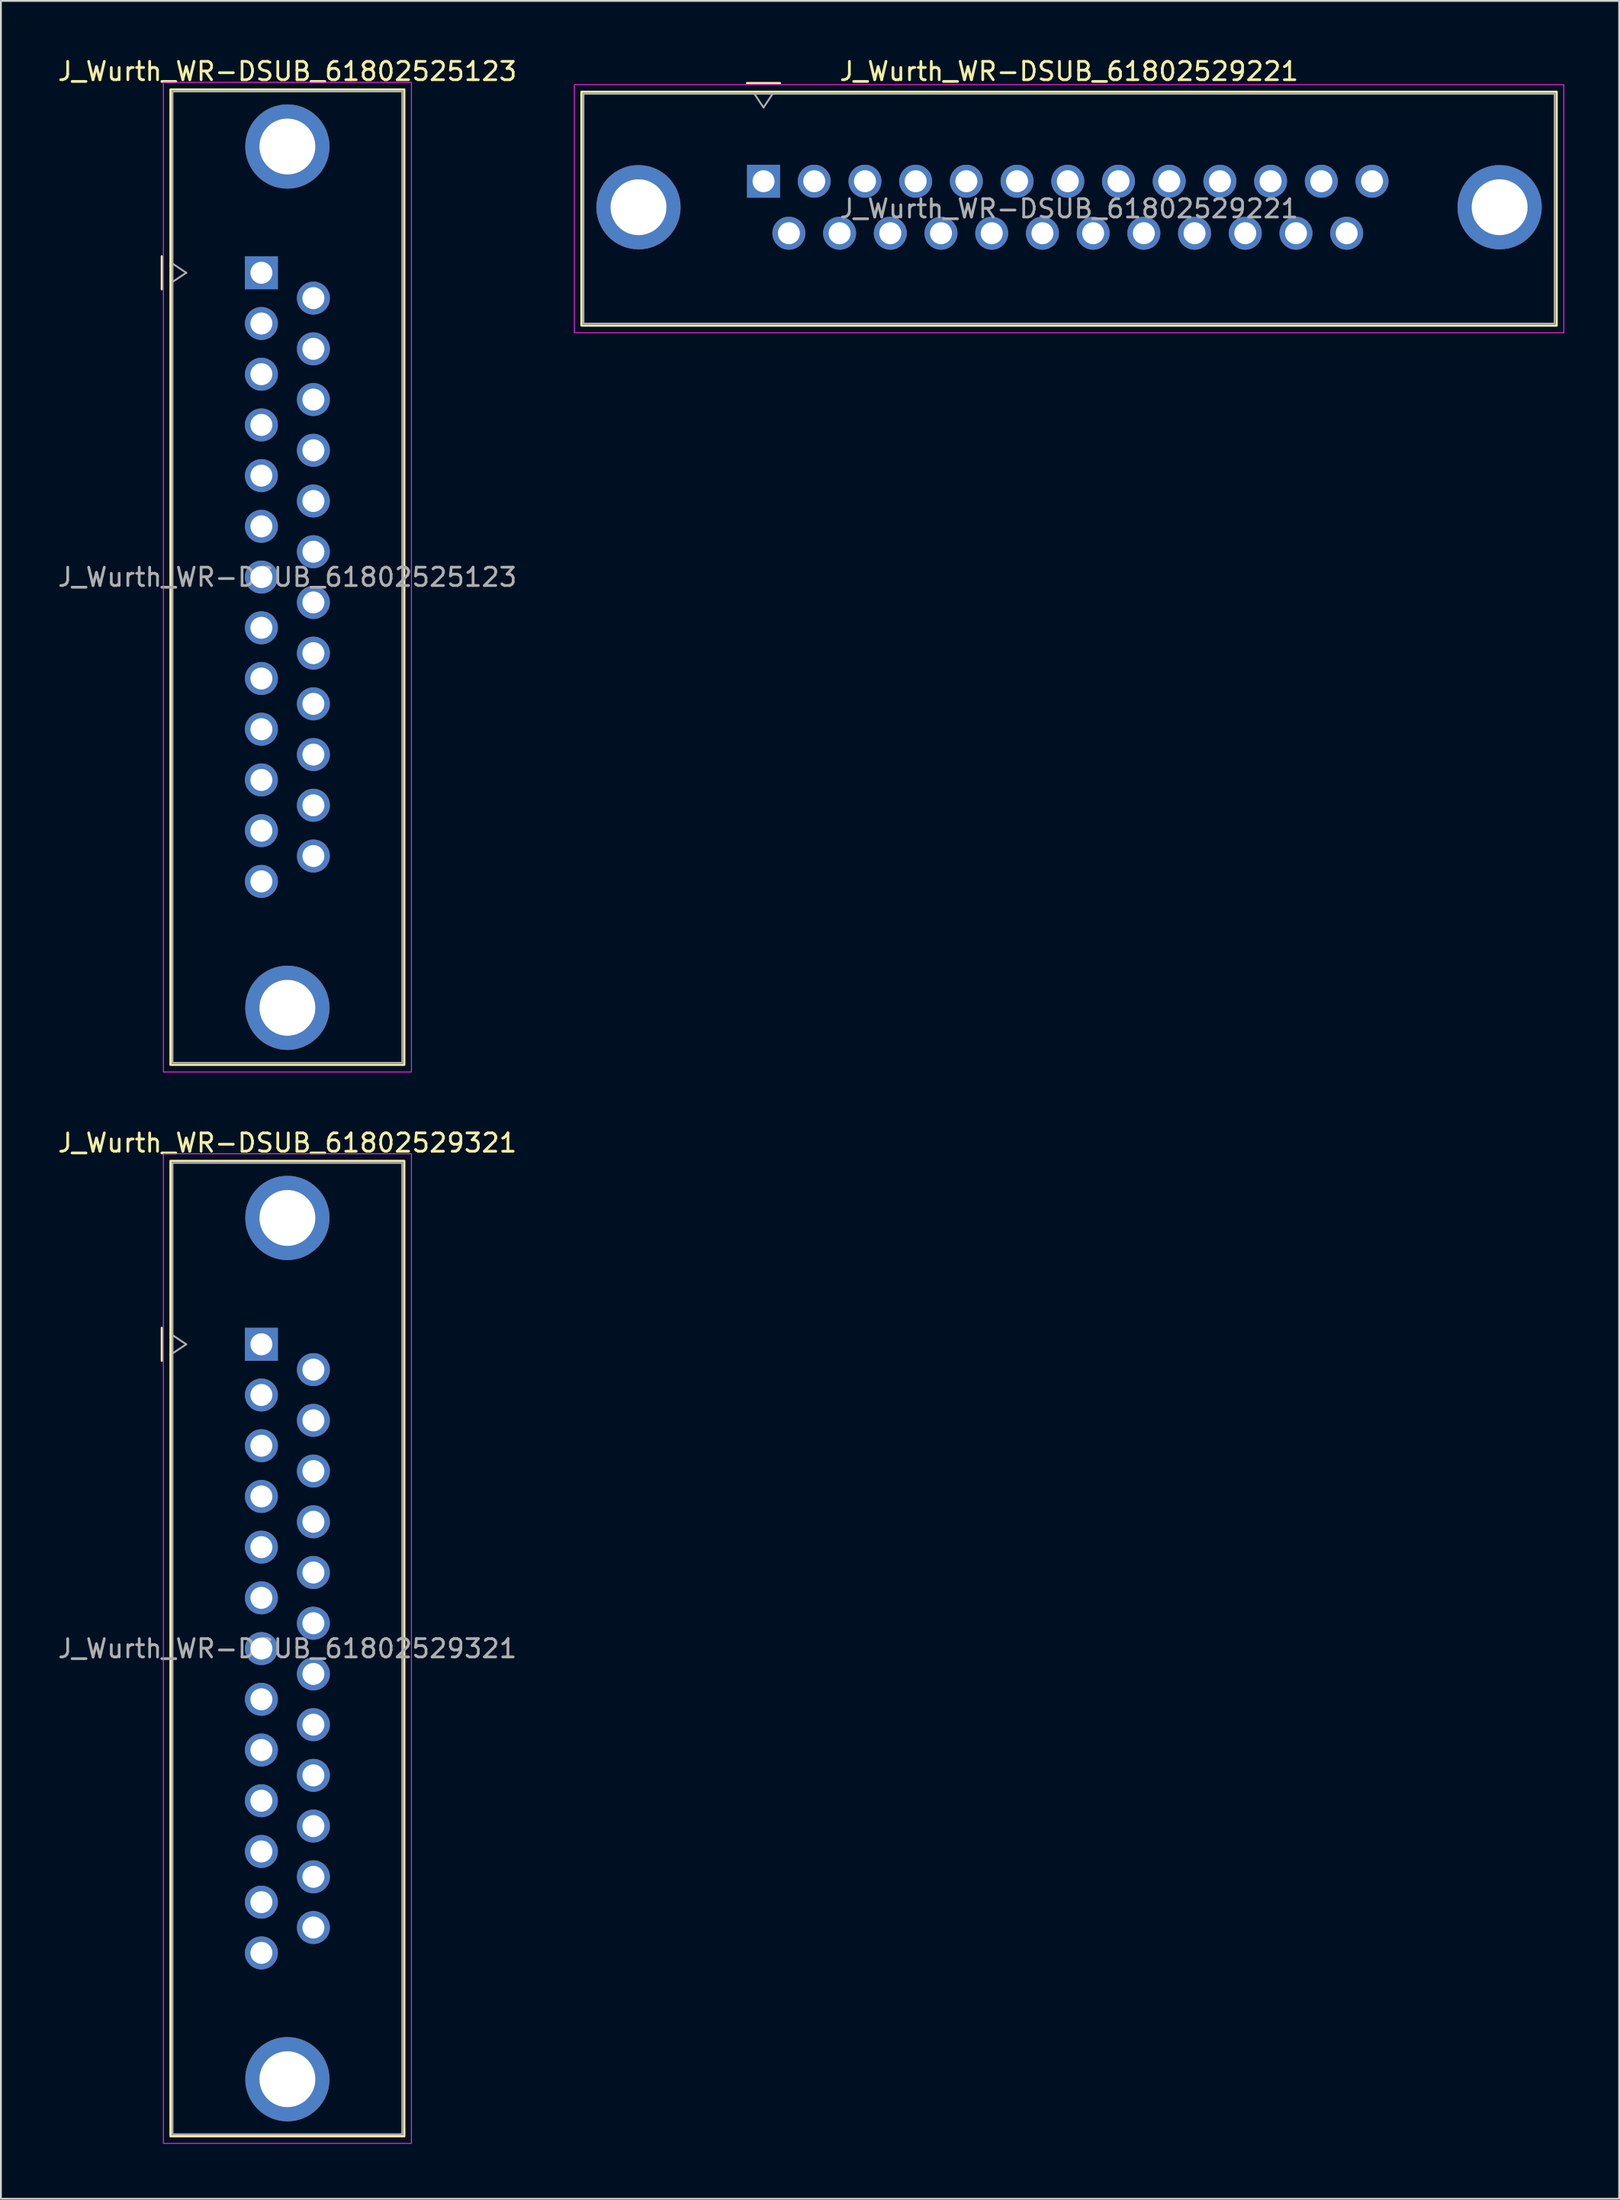
<source format=kicad_pcb>
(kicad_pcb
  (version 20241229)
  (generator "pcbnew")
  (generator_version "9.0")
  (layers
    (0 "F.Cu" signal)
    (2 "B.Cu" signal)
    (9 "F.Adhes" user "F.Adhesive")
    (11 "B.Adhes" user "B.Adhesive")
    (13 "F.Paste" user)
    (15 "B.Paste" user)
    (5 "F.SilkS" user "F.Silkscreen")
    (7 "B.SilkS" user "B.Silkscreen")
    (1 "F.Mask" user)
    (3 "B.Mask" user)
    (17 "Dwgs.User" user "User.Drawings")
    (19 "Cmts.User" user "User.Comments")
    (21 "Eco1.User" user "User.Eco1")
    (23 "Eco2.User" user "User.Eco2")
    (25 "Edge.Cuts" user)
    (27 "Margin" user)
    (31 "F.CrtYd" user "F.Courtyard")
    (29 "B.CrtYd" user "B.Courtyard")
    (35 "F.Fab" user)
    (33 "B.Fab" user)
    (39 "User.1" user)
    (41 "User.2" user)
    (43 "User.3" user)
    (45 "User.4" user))
  (footprint "J_Wurth_WR-DSUB_61802529221"
    (layer "F.Cu")
    (at 38.658 6.848)
    (property "Reference" "J_Wurth_WR-DSUB_61802529221" (at 16.69 -6 0) (unlocked yes) (layer "F.SilkS") (effects (font (size 1 1) (thickness 0.15))))
    (attr smd)
    (fp_line (start 0.9 -5.36) (end -0.9 -5.36) (stroke (width 0.12) (type solid)) (layer "F.SilkS"))
    (fp_rect (start -9.945 -4.885) (end 43.325 7.885) (stroke (width 0.12) (type solid)) (fill no) (layer "F.SilkS"))
    (fp_rect (start -10.335 -5.275) (end 43.715 8.275) (stroke (width 0.05) (type default)) (fill no) (layer "F.CrtYd"))
    (fp_line (start 0 -4.025) (end -0.5 -4.775) (stroke (width 0.1) (type solid)) (layer "F.Fab"))
    (fp_line (start 0 -4.025) (end 0.5 -4.775) (stroke (width 0.1) (type solid)) (layer "F.Fab"))
    (fp_rect (start -9.835 -4.775) (end 43.215 7.775) (stroke (width 0.1) (type solid)) (fill no) (layer "F.Fab"))
    (fp_text user "${REFERENCE}" (at 16.69 1.5 0) (unlocked yes) (layer "F.Fab") (effects (font (size 1 1) (thickness 0.15))))
    (pad "1" thru_hole rect (at 0 0) (size 1.8 1.8) (drill 1.2) (layers "*.Cu" "*.Mask"))
    (pad "2" thru_hole circle (at 2.77 0) (size 1.8 1.8) (drill 1.2) (layers "*.Cu" "*.Mask"))
    (pad "3" thru_hole circle (at 5.54 0) (size 1.8 1.8) (drill 1.2) (layers "*.Cu" "*.Mask"))
    (pad "4" thru_hole circle (at 8.31 0) (size 1.8 1.8) (drill 1.2) (layers "*.Cu" "*.Mask"))
    (pad "5" thru_hole circle (at 11.08 0) (size 1.8 1.8) (drill 1.2) (layers "*.Cu" "*.Mask"))
    (pad "6" thru_hole circle (at 13.85 0) (size 1.8 1.8) (drill 1.2) (layers "*.Cu" "*.Mask"))
    (pad "7" thru_hole circle (at 16.62 0) (size 1.8 1.8) (drill 1.2) (layers "*.Cu" "*.Mask"))
    (pad "8" thru_hole circle (at 19.39 0) (size 1.8 1.8) (drill 1.2) (layers "*.Cu" "*.Mask"))
    (pad "9" thru_hole circle (at 22.16 0) (size 1.8 1.8) (drill 1.2) (layers "*.Cu" "*.Mask"))
    (pad "10" thru_hole circle (at 24.93 0) (size 1.8 1.8) (drill 1.2) (layers "*.Cu" "*.Mask"))
    (pad "11" thru_hole circle (at 27.7 0) (size 1.8 1.8) (drill 1.2) (layers "*.Cu" "*.Mask"))
    (pad "12" thru_hole circle (at 30.47 0) (size 1.8 1.8) (drill 1.2) (layers "*.Cu" "*.Mask"))
    (pad "13" thru_hole circle (at 33.24 0) (size 1.8 1.8) (drill 1.2) (layers "*.Cu" "*.Mask"))
    (pad "14" thru_hole circle (at 1.385 2.84) (size 1.8 1.8) (drill 1.2) (layers "*.Cu" "*.Mask"))
    (pad "15" thru_hole circle (at 4.155 2.84) (size 1.8 1.8) (drill 1.2) (layers "*.Cu" "*.Mask"))
    (pad "16" thru_hole circle (at 6.925 2.84) (size 1.8 1.8) (drill 1.2) (layers "*.Cu" "*.Mask"))
    (pad "17" thru_hole circle (at 9.695 2.84) (size 1.8 1.8) (drill 1.2) (layers "*.Cu" "*.Mask"))
    (pad "18" thru_hole circle (at 12.465 2.84) (size 1.8 1.8) (drill 1.2) (layers "*.Cu" "*.Mask"))
    (pad "19" thru_hole circle (at 15.235 2.84) (size 1.8 1.8) (drill 1.2) (layers "*.Cu" "*.Mask"))
    (pad "20" thru_hole circle (at 18.005 2.84) (size 1.8 1.8) (drill 1.2) (layers "*.Cu" "*.Mask"))
    (pad "21" thru_hole circle (at 20.775 2.84) (size 1.8 1.8) (drill 1.2) (layers "*.Cu" "*.Mask"))
    (pad "22" thru_hole circle (at 23.545 2.84) (size 1.8 1.8) (drill 1.2) (layers "*.Cu" "*.Mask"))
    (pad "23" thru_hole circle (at 26.315 2.84) (size 1.8 1.8) (drill 1.2) (layers "*.Cu" "*.Mask"))
    (pad "24" thru_hole circle (at 29.085 2.84) (size 1.8 1.8) (drill 1.2) (layers "*.Cu" "*.Mask"))
    (pad "25" thru_hole circle (at 31.855 2.84) (size 1.8 1.8) (drill 1.2) (layers "*.Cu" "*.Mask"))
    (pad "S1" thru_hole circle (at -6.83 1.42) (size 4.6 4.6) (drill 3.05) (layers "*.Cu" "*.Mask"))
    (pad "S2" thru_hole circle (at 40.21 1.42) (size 4.6 4.6) (drill 3.05) (layers "*.Cu" "*.Mask")))
  (footprint "J_Wurth_WR-DSUB_61802525123"
    (layer "F.Cu")
    (at 11.229 11.848)
    (property "Reference" "J_Wurth_WR-DSUB_61802525123" (at 1.42 -11 0) (unlocked yes) (layer "F.SilkS") (effects (font (size 1 1) (thickness 0.15))))
    (attr through_hole)
    (fp_line (start -5.44 0.9) (end -5.44 -0.9) (stroke (width 0.12) (type solid)) (layer "F.SilkS"))
    (fp_rect (start -4.965 -10.01) (end 7.805 43.26) (stroke (width 0.12) (type solid)) (fill no) (layer "F.SilkS"))
    (fp_rect (start -5.355 -10.4) (end 8.195 43.65) (stroke (width 0.05) (type solid)) (fill no) (layer "F.CrtYd"))
    (fp_line (start -4.105 0) (end -4.855 -0.5) (stroke (width 0.1) (type solid)) (layer "F.Fab"))
    (fp_line (start -4.105 0) (end -4.855 0.5) (stroke (width 0.1) (type solid)) (layer "F.Fab"))
    (fp_rect (start -4.855 -9.9) (end 7.695 43.15) (stroke (width 0.1) (type solid)) (fill no) (layer "F.Fab"))
    (fp_text user "${REFERENCE}" (at 1.42 16.625 0) (unlocked yes) (layer "F.Fab") (effects (font (size 1 1) (thickness 0.15))))
    (pad "1" thru_hole rect (at 0 0 90) (size 1.8 1.8) (drill 1.2) (layers "*.Cu" "*.Mask"))
    (pad "2" thru_hole circle (at 0 2.77 90) (size 1.8 1.8) (drill 1.2) (layers "*.Cu" "*.Mask"))
    (pad "3" thru_hole circle (at 0 5.54 90) (size 1.8 1.8) (drill 1.2) (layers "*.Cu" "*.Mask"))
    (pad "4" thru_hole circle (at 0 8.31 90) (size 1.8 1.8) (drill 1.2) (layers "*.Cu" "*.Mask"))
    (pad "5" thru_hole circle (at 0 11.08 90) (size 1.8 1.8) (drill 1.2) (layers "*.Cu" "*.Mask"))
    (pad "6" thru_hole circle (at 0 13.85 90) (size 1.8 1.8) (drill 1.2) (layers "*.Cu" "*.Mask"))
    (pad "7" thru_hole circle (at 0 16.62 90) (size 1.8 1.8) (drill 1.2) (layers "*.Cu" "*.Mask"))
    (pad "8" thru_hole circle (at 0 19.39 90) (size 1.8 1.8) (drill 1.2) (layers "*.Cu" "*.Mask"))
    (pad "9" thru_hole circle (at 0 22.16 90) (size 1.8 1.8) (drill 1.2) (layers "*.Cu" "*.Mask"))
    (pad "10" thru_hole circle (at 0 24.93 90) (size 1.8 1.8) (drill 1.2) (layers "*.Cu" "*.Mask"))
    (pad "11" thru_hole circle (at 0 27.7 90) (size 1.8 1.8) (drill 1.2) (layers "*.Cu" "*.Mask"))
    (pad "12" thru_hole circle (at 0 30.47 90) (size 1.8 1.8) (drill 1.2) (layers "*.Cu" "*.Mask"))
    (pad "13" thru_hole circle (at 0 33.24 90) (size 1.8 1.8) (drill 1.2) (layers "*.Cu" "*.Mask"))
    (pad "14" thru_hole circle (at 2.84 1.385 90) (size 1.8 1.8) (drill 1.2) (layers "*.Cu" "*.Mask"))
    (pad "15" thru_hole circle (at 2.84 4.155 90) (size 1.8 1.8) (drill 1.2) (layers "*.Cu" "*.Mask"))
    (pad "16" thru_hole circle (at 2.84 6.925 90) (size 1.8 1.8) (drill 1.2) (layers "*.Cu" "*.Mask"))
    (pad "17" thru_hole circle (at 2.84 9.695 90) (size 1.8 1.8) (drill 1.2) (layers "*.Cu" "*.Mask"))
    (pad "18" thru_hole circle (at 2.84 12.465 90) (size 1.8 1.8) (drill 1.2) (layers "*.Cu" "*.Mask"))
    (pad "19" thru_hole circle (at 2.84 15.235 90) (size 1.8 1.8) (drill 1.2) (layers "*.Cu" "*.Mask"))
    (pad "20" thru_hole circle (at 2.84 18.005 90) (size 1.8 1.8) (drill 1.2) (layers "*.Cu" "*.Mask"))
    (pad "21" thru_hole circle (at 2.84 20.775 90) (size 1.8 1.8) (drill 1.2) (layers "*.Cu" "*.Mask"))
    (pad "22" thru_hole circle (at 2.84 23.545 90) (size 1.8 1.8) (drill 1.2) (layers "*.Cu" "*.Mask"))
    (pad "23" thru_hole circle (at 2.84 26.315 90) (size 1.8 1.8) (drill 1.2) (layers "*.Cu" "*.Mask"))
    (pad "24" thru_hole circle (at 2.84 29.085 90) (size 1.8 1.8) (drill 1.2) (layers "*.Cu" "*.Mask"))
    (pad "25" thru_hole circle (at 2.84 31.855 90) (size 1.8 1.8) (drill 1.2) (layers "*.Cu" "*.Mask"))
    (pad "S1" thru_hole circle (at 1.42 40.145 90) (size 4.6 4.6) (drill 3.05) (layers "*.Cu" "*.Mask"))
    (pad "S2" thru_hole circle (at 1.42 -6.895 90) (size 4.6 4.6) (drill 3.05) (layers "*.Cu" "*.Mask")))
  (footprint "J_Wurth_WR-DSUB_61802529321"
    (layer "F.Cu")
    (at 11.229 70.371)
    (property "Reference" "J_Wurth_WR-DSUB_61802529321" (at 1.42 -11 0) (unlocked yes) (layer "F.SilkS") (effects (font (size 1 1) (thickness 0.15))))
    (attr through_hole)
    (fp_line (start -5.44 -0.9) (end -5.44 0.9) (stroke (width 0.12) (type solid)) (layer "F.SilkS"))
    (fp_rect (start -4.965 -10.015) (end 7.805 43.255) (stroke (width 0.12) (type solid)) (fill no) (layer "F.SilkS"))
    (fp_rect (start -5.355 -10.405) (end 8.195 43.645) (stroke (width 0.05) (type default)) (fill no) (layer "F.CrtYd"))
    (fp_line (start -4.105 0) (end -4.855 -0.5) (stroke (width 0.1) (type solid)) (layer "F.Fab"))
    (fp_line (start -4.105 0) (end -4.855 0.5) (stroke (width 0.1) (type solid)) (layer "F.Fab"))
    (fp_rect (start -4.855 -9.905) (end 7.695 43.145) (stroke (width 0.1) (type solid)) (fill no) (layer "F.Fab"))
    (fp_text user "${REFERENCE}" (at 1.42 16.62 0) (unlocked yes) (layer "F.Fab") (effects (font (size 1 1) (thickness 0.15))))
    (pad "1" thru_hole rect (at 0 0 90) (size 1.8 1.8) (drill 1.2) (layers "*.Cu" "*.Mask"))
    (pad "2" thru_hole circle (at 0 2.77 90) (size 1.8 1.8) (drill 1.2) (layers "*.Cu" "*.Mask"))
    (pad "3" thru_hole circle (at 0 5.54 90) (size 1.8 1.8) (drill 1.2) (layers "*.Cu" "*.Mask"))
    (pad "4" thru_hole circle (at 0 8.31 90) (size 1.8 1.8) (drill 1.2) (layers "*.Cu" "*.Mask"))
    (pad "5" thru_hole circle (at 0 11.08 90) (size 1.8 1.8) (drill 1.2) (layers "*.Cu" "*.Mask"))
    (pad "6" thru_hole circle (at 0 13.85 90) (size 1.8 1.8) (drill 1.2) (layers "*.Cu" "*.Mask"))
    (pad "7" thru_hole circle (at 0 16.62 90) (size 1.8 1.8) (drill 1.2) (layers "*.Cu" "*.Mask"))
    (pad "8" thru_hole circle (at 0 19.39 90) (size 1.8 1.8) (drill 1.2) (layers "*.Cu" "*.Mask"))
    (pad "9" thru_hole circle (at 0 22.16 90) (size 1.8 1.8) (drill 1.2) (layers "*.Cu" "*.Mask"))
    (pad "10" thru_hole circle (at 0 24.93 90) (size 1.8 1.8) (drill 1.2) (layers "*.Cu" "*.Mask"))
    (pad "11" thru_hole circle (at 0 27.7 90) (size 1.8 1.8) (drill 1.2) (layers "*.Cu" "*.Mask"))
    (pad "12" thru_hole circle (at 0 30.47 90) (size 1.8 1.8) (drill 1.2) (layers "*.Cu" "*.Mask"))
    (pad "13" thru_hole circle (at 0 33.24 90) (size 1.8 1.8) (drill 1.2) (layers "*.Cu" "*.Mask"))
    (pad "14" thru_hole circle (at 2.84 1.385 90) (size 1.8 1.8) (drill 1.2) (layers "*.Cu" "*.Mask"))
    (pad "15" thru_hole circle (at 2.84 4.155 90) (size 1.8 1.8) (drill 1.2) (layers "*.Cu" "*.Mask"))
    (pad "16" thru_hole circle (at 2.84 6.925 90) (size 1.8 1.8) (drill 1.2) (layers "*.Cu" "*.Mask"))
    (pad "17" thru_hole circle (at 2.84 9.695 90) (size 1.8 1.8) (drill 1.2) (layers "*.Cu" "*.Mask"))
    (pad "18" thru_hole circle (at 2.84 12.465 90) (size 1.8 1.8) (drill 1.2) (layers "*.Cu" "*.Mask"))
    (pad "19" thru_hole circle (at 2.84 15.235 90) (size 1.8 1.8) (drill 1.2) (layers "*.Cu" "*.Mask"))
    (pad "20" thru_hole circle (at 2.84 18.005 90) (size 1.8 1.8) (drill 1.2) (layers "*.Cu" "*.Mask"))
    (pad "21" thru_hole circle (at 2.84 20.775 90) (size 1.8 1.8) (drill 1.2) (layers "*.Cu" "*.Mask"))
    (pad "22" thru_hole circle (at 2.84 23.545 90) (size 1.8 1.8) (drill 1.2) (layers "*.Cu" "*.Mask"))
    (pad "23" thru_hole circle (at 2.84 26.315 90) (size 1.8 1.8) (drill 1.2) (layers "*.Cu" "*.Mask"))
    (pad "24" thru_hole circle (at 2.84 29.085 90) (size 1.8 1.8) (drill 1.2) (layers "*.Cu" "*.Mask"))
    (pad "25" thru_hole circle (at 2.84 31.855 90) (size 1.8 1.8) (drill 1.2) (layers "*.Cu" "*.Mask"))
    (pad "S1" thru_hole circle (at 1.42 40.14 90) (size 4.6 4.6) (drill 3.05) (layers "*.Cu" "*.Mask"))
    (pad "S2" thru_hole circle (at 1.42 -6.9 90) (size 4.6 4.6) (drill 3.05) (layers "*.Cu" "*.Mask")))
  (gr_rect
    (start -3 -3)
    (end 85.398 117.041)
    (stroke (width 0.1) (type default))
    (fill no)
    (layer "Edge.Cuts")))
</source>
